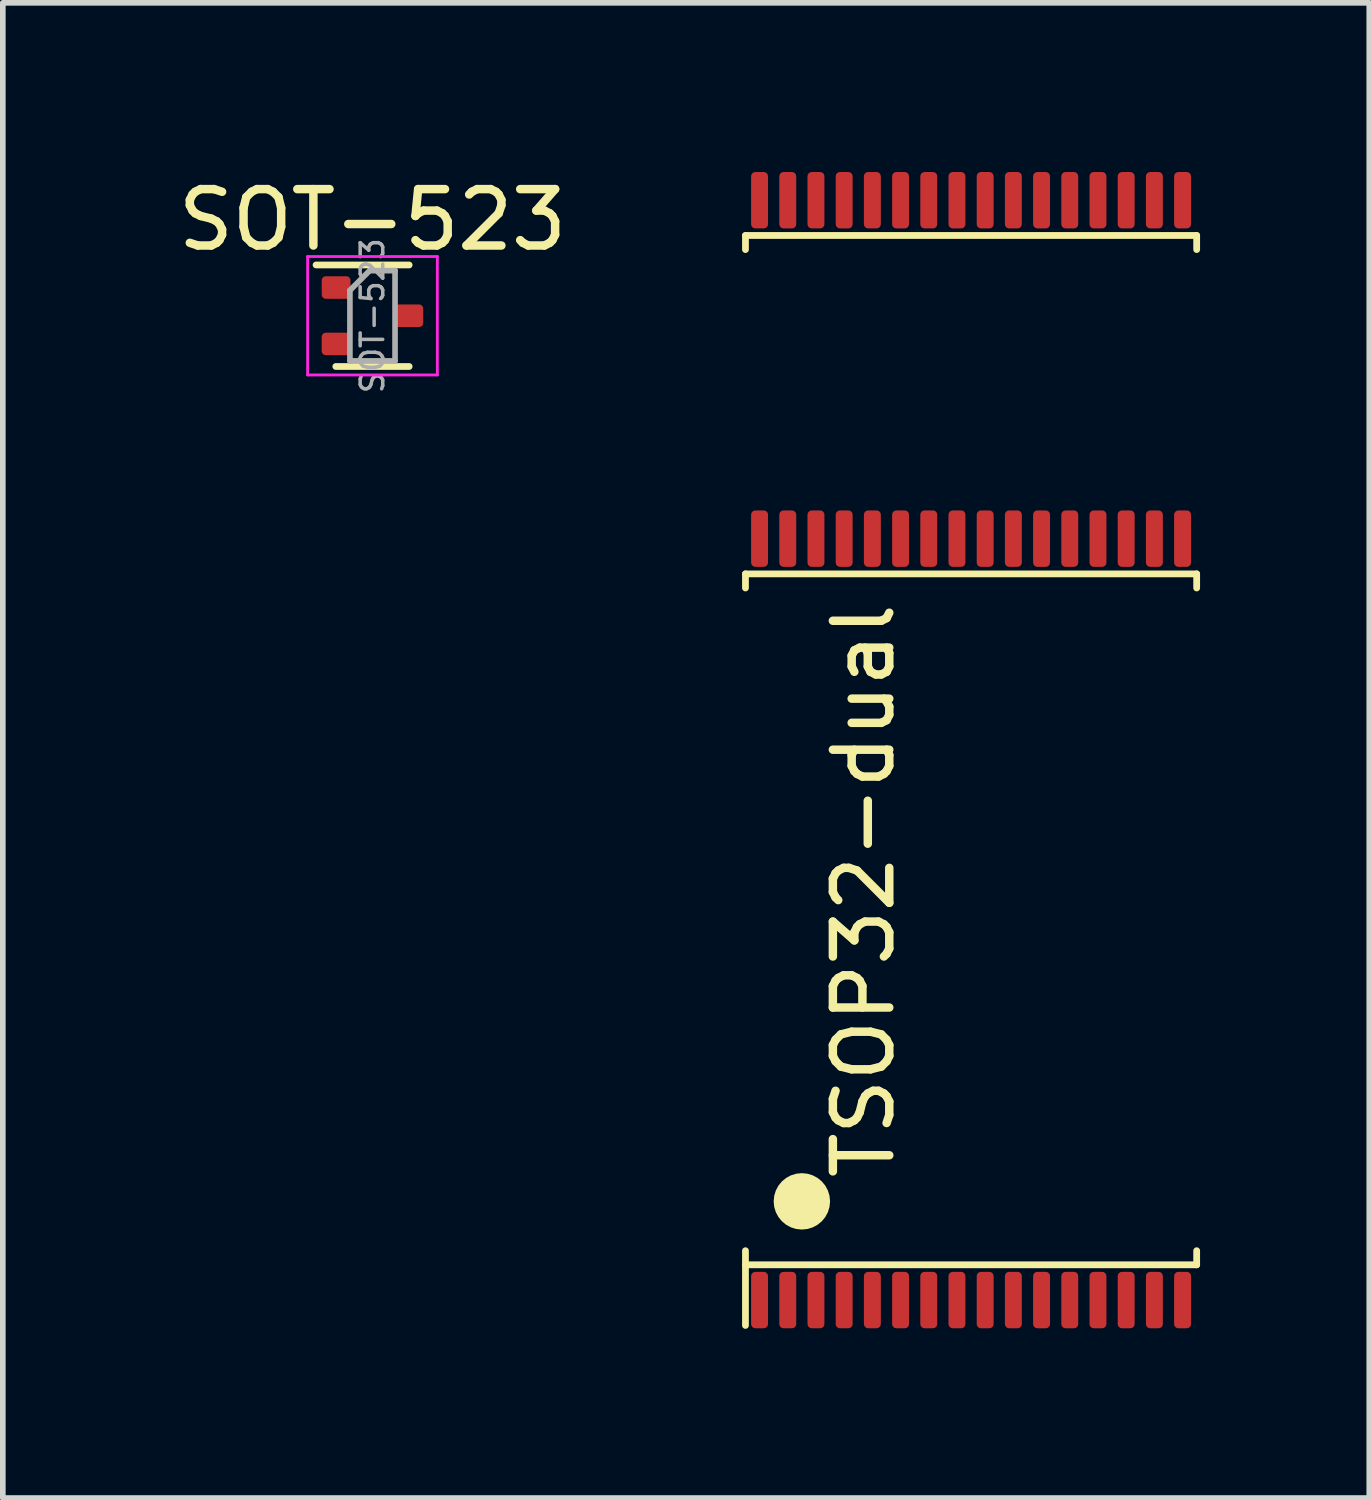
<source format=kicad_pcb>
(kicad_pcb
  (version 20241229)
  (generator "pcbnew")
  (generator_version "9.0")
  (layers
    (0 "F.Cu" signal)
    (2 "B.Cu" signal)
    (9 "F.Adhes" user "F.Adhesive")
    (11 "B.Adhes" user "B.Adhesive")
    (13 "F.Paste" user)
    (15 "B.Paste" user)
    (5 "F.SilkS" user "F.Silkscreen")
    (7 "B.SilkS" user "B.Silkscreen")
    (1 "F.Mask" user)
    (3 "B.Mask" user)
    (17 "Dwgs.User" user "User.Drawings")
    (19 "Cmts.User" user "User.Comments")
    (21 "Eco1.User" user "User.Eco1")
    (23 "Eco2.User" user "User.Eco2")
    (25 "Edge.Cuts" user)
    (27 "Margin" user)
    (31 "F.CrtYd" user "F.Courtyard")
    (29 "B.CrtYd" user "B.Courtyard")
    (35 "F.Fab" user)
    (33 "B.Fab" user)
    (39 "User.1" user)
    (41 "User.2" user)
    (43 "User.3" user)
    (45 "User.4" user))
  (footprint "TSOP32-dual"
    (layer "F.Cu")
    (at 14.167 13.25)
    (property "Reference" "TSOP32-dual" (at -1.905 -0.508 90) (layer "F.SilkS") (effects (font (size 1 1) (thickness 0.15))))
    (attr smd)
    (fp_line (start -4 -12.125) (end -4 -11.875) (stroke (width 0.12) (type solid)) (layer "F.SilkS"))
    (fp_line (start -4 -6.125) (end -4 -5.875) (stroke (width 0.12) (type solid)) (layer "F.SilkS"))
    (fp_line (start -4 6.125) (end 4 6.125) (stroke (width 0.12) (type solid)) (layer "F.SilkS"))
    (fp_line (start -4 7.2) (end -4 5.875) (stroke (width 0.12) (type solid)) (layer "F.SilkS"))
    (fp_line (start 4 -12.125) (end -4 -12.125) (stroke (width 0.12) (type solid)) (layer "F.SilkS"))
    (fp_line (start 4 -12.125) (end 4 -11.875) (stroke (width 0.12) (type solid)) (layer "F.SilkS"))
    (fp_line (start 4 -6.125) (end -4 -6.125) (stroke (width 0.12) (type solid)) (layer "F.SilkS"))
    (fp_line (start 4 -6.125) (end 4 -5.875) (stroke (width 0.12) (type solid)) (layer "F.SilkS"))
    (fp_line (start 4 6.125) (end 4 5.875) (stroke (width 0.12) (type solid)) (layer "F.SilkS"))
    (fp_circle (center -3 5) (end -2.75 5) (stroke (width 0.5) (type solid)) (fill no) (layer "F.SilkS"))
    (pad "1" smd roundrect (at -3.75 6.75) (size 0.3 1) (layers "F.Cu" "F.Mask" "F.Paste") (roundrect_rratio 0.25))
    (pad "2" smd roundrect (at -3.25 6.75) (size 0.3 1) (layers "F.Cu" "F.Mask" "F.Paste") (roundrect_rratio 0.25))
    (pad "3" smd roundrect (at -2.75 6.75) (size 0.3 1) (layers "F.Cu" "F.Mask" "F.Paste") (roundrect_rratio 0.25))
    (pad "4" smd roundrect (at -2.25 6.75) (size 0.3 1) (layers "F.Cu" "F.Mask" "F.Paste") (roundrect_rratio 0.25))
    (pad "5" smd roundrect (at -1.75 6.75) (size 0.3 1) (layers "F.Cu" "F.Mask" "F.Paste") (roundrect_rratio 0.25))
    (pad "6" smd roundrect (at -1.25 6.75) (size 0.3 1) (layers "F.Cu" "F.Mask" "F.Paste") (roundrect_rratio 0.25))
    (pad "7" smd roundrect (at -0.75 6.75) (size 0.3 1) (layers "F.Cu" "F.Mask" "F.Paste") (roundrect_rratio 0.25))
    (pad "8" smd roundrect (at -0.25 6.75) (size 0.3 1) (layers "F.Cu" "F.Mask" "F.Paste") (roundrect_rratio 0.25))
    (pad "9" smd roundrect (at 0.25 6.75) (size 0.3 1) (layers "F.Cu" "F.Mask" "F.Paste") (roundrect_rratio 0.25))
    (pad "10" smd roundrect (at 0.75 6.75) (size 0.3 1) (layers "F.Cu" "F.Mask" "F.Paste") (roundrect_rratio 0.25))
    (pad "11" smd roundrect (at 1.25 6.75) (size 0.3 1) (layers "F.Cu" "F.Mask" "F.Paste") (roundrect_rratio 0.25))
    (pad "12" smd roundrect (at 1.75 6.75) (size 0.3 1) (layers "F.Cu" "F.Mask" "F.Paste") (roundrect_rratio 0.25))
    (pad "13" smd roundrect (at 2.25 6.75) (size 0.3 1) (layers "F.Cu" "F.Mask" "F.Paste") (roundrect_rratio 0.25))
    (pad "14" smd roundrect (at 2.75 6.75) (size 0.3 1) (layers "F.Cu" "F.Mask" "F.Paste") (roundrect_rratio 0.25))
    (pad "15" smd roundrect (at 3.25 6.75) (size 0.3 1) (layers "F.Cu" "F.Mask" "F.Paste") (roundrect_rratio 0.25))
    (pad "16" smd roundrect (at 3.75 6.75) (size 0.3 1) (layers "F.Cu" "F.Mask" "F.Paste") (roundrect_rratio 0.25))
    (pad "17" smd roundrect (at 3.75 -12.75) (size 0.3 1) (layers "F.Cu" "F.Mask" "F.Paste") (roundrect_rratio 0.25))
    (pad "17" smd roundrect (at 3.75 -6.75) (size 0.3 1) (layers "F.Cu" "F.Mask" "F.Paste") (roundrect_rratio 0.25))
    (pad "18" smd roundrect (at 3.25 -12.75) (size 0.3 1) (layers "F.Cu" "F.Mask" "F.Paste") (roundrect_rratio 0.25))
    (pad "18" smd roundrect (at 3.25 -6.75) (size 0.3 1) (layers "F.Cu" "F.Mask" "F.Paste") (roundrect_rratio 0.25))
    (pad "19" smd roundrect (at 2.75 -12.75) (size 0.3 1) (layers "F.Cu" "F.Mask" "F.Paste") (roundrect_rratio 0.25))
    (pad "19" smd roundrect (at 2.75 -6.75) (size 0.3 1) (layers "F.Cu" "F.Mask" "F.Paste") (roundrect_rratio 0.25))
    (pad "20" smd roundrect (at 2.25 -12.75) (size 0.3 1) (layers "F.Cu" "F.Mask" "F.Paste") (roundrect_rratio 0.25))
    (pad "20" smd roundrect (at 2.25 -6.75) (size 0.3 1) (layers "F.Cu" "F.Mask" "F.Paste") (roundrect_rratio 0.25))
    (pad "21" smd roundrect (at 1.75 -12.75) (size 0.3 1) (layers "F.Cu" "F.Mask" "F.Paste") (roundrect_rratio 0.25))
    (pad "21" smd roundrect (at 1.75 -6.75) (size 0.3 1) (layers "F.Cu" "F.Mask" "F.Paste") (roundrect_rratio 0.25))
    (pad "22" smd roundrect (at 1.25 -12.75) (size 0.3 1) (layers "F.Cu" "F.Mask" "F.Paste") (roundrect_rratio 0.25))
    (pad "22" smd roundrect (at 1.25 -6.75) (size 0.3 1) (layers "F.Cu" "F.Mask" "F.Paste") (roundrect_rratio 0.25))
    (pad "23" smd roundrect (at 0.75 -12.75) (size 0.3 1) (layers "F.Cu" "F.Mask" "F.Paste") (roundrect_rratio 0.25))
    (pad "23" smd roundrect (at 0.75 -6.75) (size 0.3 1) (layers "F.Cu" "F.Mask" "F.Paste") (roundrect_rratio 0.25))
    (pad "24" smd roundrect (at 0.25 -12.75) (size 0.3 1) (layers "F.Cu" "F.Mask" "F.Paste") (roundrect_rratio 0.25))
    (pad "24" smd roundrect (at 0.25 -6.75) (size 0.3 1) (layers "F.Cu" "F.Mask" "F.Paste") (roundrect_rratio 0.25))
    (pad "25" smd roundrect (at -0.25 -12.75) (size 0.3 1) (layers "F.Cu" "F.Mask" "F.Paste") (roundrect_rratio 0.25))
    (pad "25" smd roundrect (at -0.25 -6.75) (size 0.3 1) (layers "F.Cu" "F.Mask" "F.Paste") (roundrect_rratio 0.25))
    (pad "26" smd roundrect (at -0.75 -12.75) (size 0.3 1) (layers "F.Cu" "F.Mask" "F.Paste") (roundrect_rratio 0.25))
    (pad "26" smd roundrect (at -0.75 -6.75) (size 0.3 1) (layers "F.Cu" "F.Mask" "F.Paste") (roundrect_rratio 0.25))
    (pad "27" smd roundrect (at -1.25 -12.75) (size 0.3 1) (layers "F.Cu" "F.Mask" "F.Paste") (roundrect_rratio 0.25))
    (pad "27" smd roundrect (at -1.25 -6.75) (size 0.3 1) (layers "F.Cu" "F.Mask" "F.Paste") (roundrect_rratio 0.25))
    (pad "28" smd roundrect (at -1.75 -12.75) (size 0.3 1) (layers "F.Cu" "F.Mask" "F.Paste") (roundrect_rratio 0.25))
    (pad "28" smd roundrect (at -1.75 -6.75) (size 0.3 1) (layers "F.Cu" "F.Mask" "F.Paste") (roundrect_rratio 0.25))
    (pad "29" smd roundrect (at -2.25 -12.75) (size 0.3 1) (layers "F.Cu" "F.Mask" "F.Paste") (roundrect_rratio 0.25))
    (pad "29" smd roundrect (at -2.25 -6.75) (size 0.3 1) (layers "F.Cu" "F.Mask" "F.Paste") (roundrect_rratio 0.25))
    (pad "30" smd roundrect (at -2.75 -12.75) (size 0.3 1) (layers "F.Cu" "F.Mask" "F.Paste") (roundrect_rratio 0.25))
    (pad "30" smd roundrect (at -2.75 -6.75) (size 0.3 1) (layers "F.Cu" "F.Mask" "F.Paste") (roundrect_rratio 0.25))
    (pad "31" smd roundrect (at -3.25 -12.75) (size 0.3 1) (layers "F.Cu" "F.Mask" "F.Paste") (roundrect_rratio 0.25))
    (pad "31" smd roundrect (at -3.25 -6.75) (size 0.3 1) (layers "F.Cu" "F.Mask" "F.Paste") (roundrect_rratio 0.25))
    (pad "32" smd roundrect (at -3.75 -12.75) (size 0.3 1) (layers "F.Cu" "F.Mask" "F.Paste") (roundrect_rratio 0.25))
    (pad "32" smd roundrect (at -3.75 -6.75) (size 0.3 1) (layers "F.Cu" "F.Mask" "F.Paste") (roundrect_rratio 0.25)))
  (footprint "SOT-523"
    (layer "F.Cu")
    (at 3.554 2.548)
    (property "Reference" "SOT-523" (at 0 -1.7 0) (layer "F.SilkS") (effects (font (size 1 1) (thickness 0.15))))
    (attr smd)
    (fp_line (start -1 -0.9) (end 0.65 -0.9) (stroke (width 0.12) (type solid)) (layer "F.SilkS"))
    (fp_line (start 0.65 0.9) (end -0.65 0.9) (stroke (width 0.12) (type solid)) (layer "F.SilkS"))
    (fp_line (start -1.15 -1.05) (end -1.15 1.05) (stroke (width 0.05) (type solid)) (layer "F.CrtYd"))
    (fp_line (start -1.15 -1.05) (end 1.15 -1.05) (stroke (width 0.05) (type solid)) (layer "F.CrtYd"))
    (fp_line (start 1.15 1.05) (end -1.15 1.05) (stroke (width 0.05) (type solid)) (layer "F.CrtYd"))
    (fp_line (start 1.15 1.05) (end 1.15 -1.05) (stroke (width 0.05) (type solid)) (layer "F.CrtYd"))
    (fp_line (start -0.4 -0.45) (end -0.4 0.8) (stroke (width 0.1) (type solid)) (layer "F.Fab"))
    (fp_line (start -0.4 -0.45) (end -0.05 -0.8) (stroke (width 0.1) (type solid)) (layer "F.Fab"))
    (fp_line (start -0.4 0.8) (end 0.4 0.8) (stroke (width 0.1) (type solid)) (layer "F.Fab"))
    (fp_line (start 0.4 -0.8) (end -0.05 -0.8) (stroke (width 0.1) (type solid)) (layer "F.Fab"))
    (fp_line (start 0.4 0.8) (end 0.4 -0.8) (stroke (width 0.1) (type solid)) (layer "F.Fab"))
    (fp_text user "${REFERENCE}" (at 0 0 270) (layer "F.Fab") (effects (font (size 0.4 0.4) (thickness 0.062))))
    (pad "1" smd roundrect (at -0.645 -0.5 180) (size 0.51 0.4) (layers "F.Cu" "F.Mask" "F.Paste") (roundrect_rratio 0.18))
    (pad "2" smd roundrect (at -0.645 0.5 180) (size 0.51 0.4) (layers "F.Cu" "F.Mask" "F.Paste") (roundrect_rratio 0.18))
    (pad "3" smd roundrect (at 0.645 0 180) (size 0.51 0.4) (layers "F.Cu" "F.Mask" "F.Paste") (roundrect_rratio 0.18)))
  (gr_rect
    (start -3 -3)
    (end 21.227 23.51)
    (stroke (width 0.1) (type default))
    (fill no)
    (layer "Edge.Cuts")))
</source>
